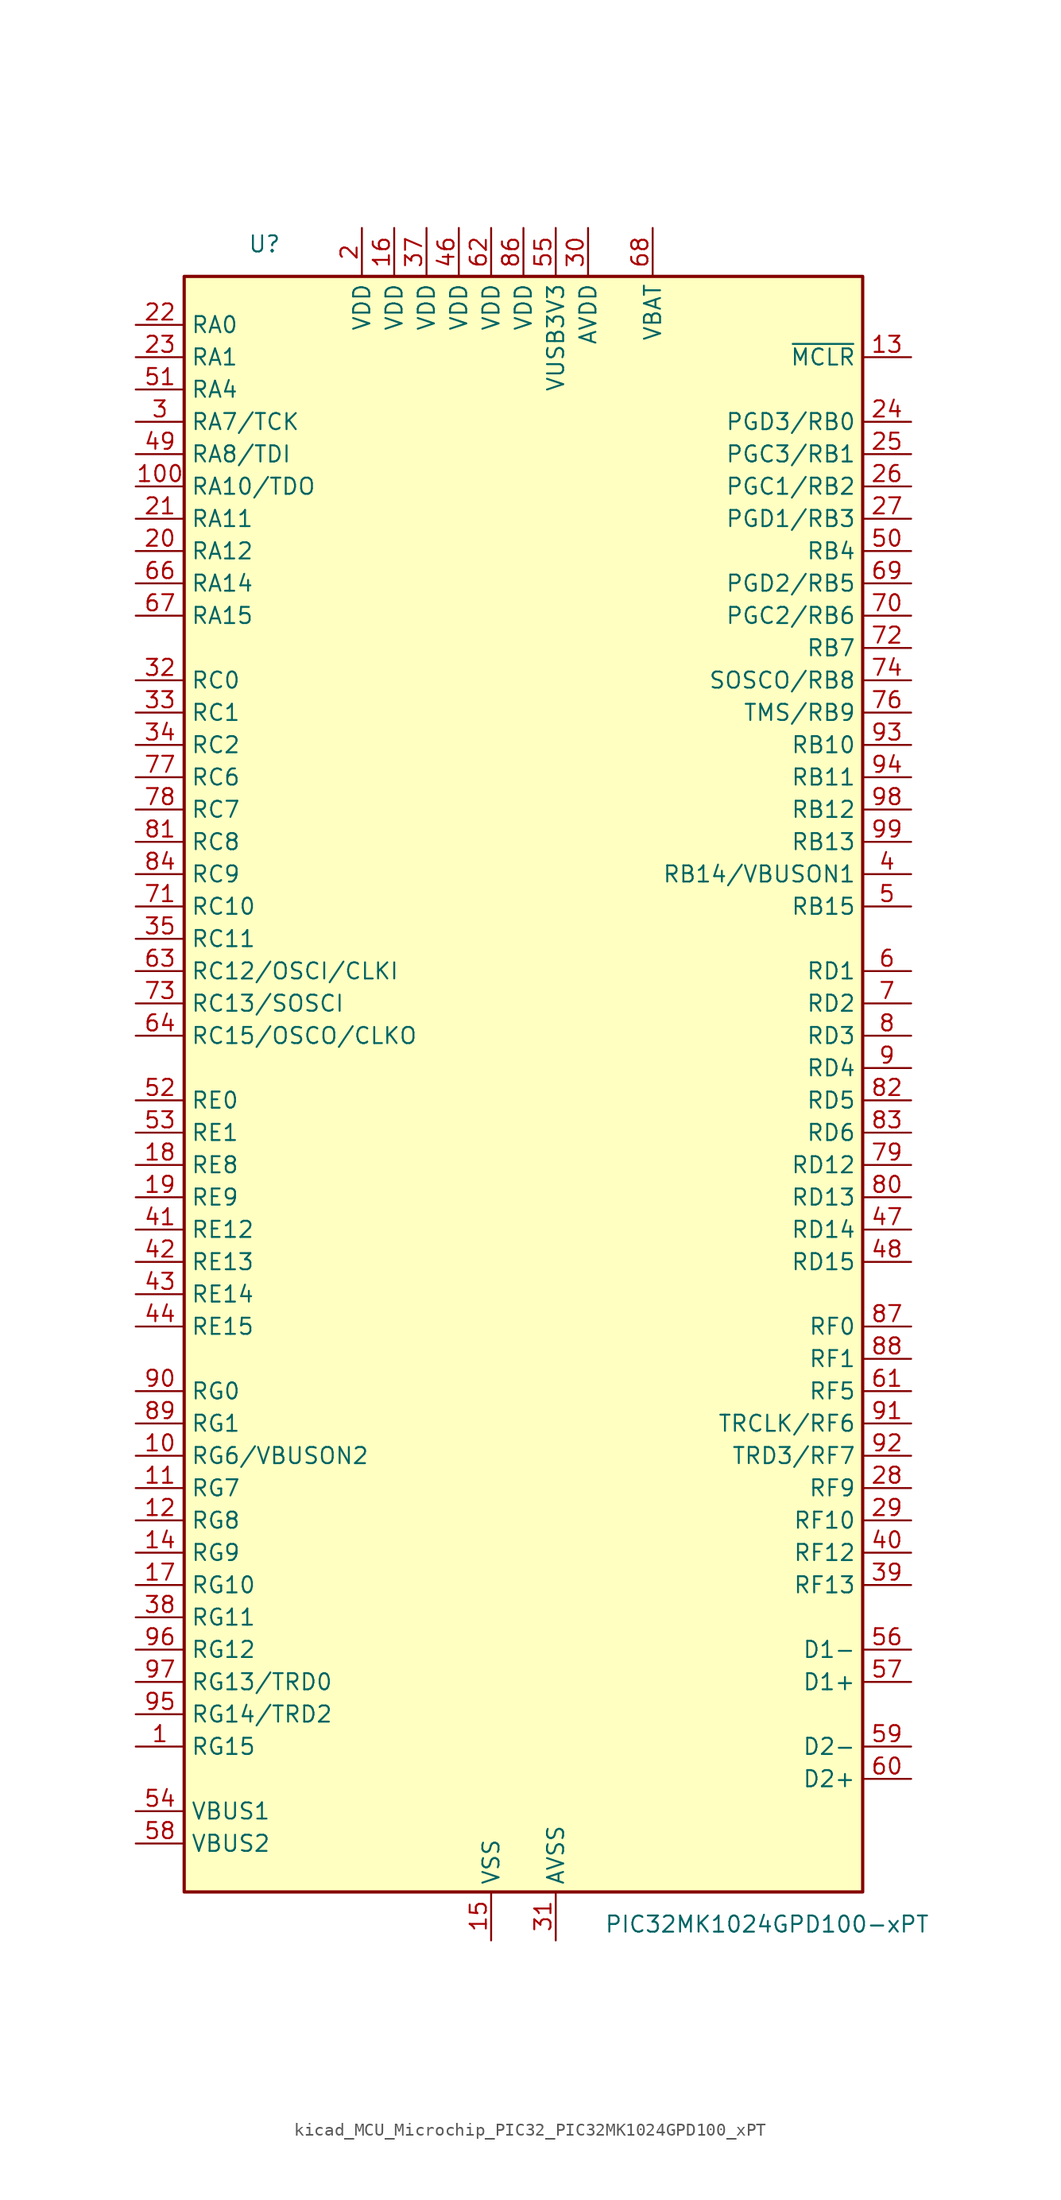
<source format=kicad_sym>
(kicad_symbol_lib
  (version 20220914)
  (generator kicad_symbol_editor)
  (symbol "kicad_MCU_Microchip_PIC32_PIC32MK1024GPD100_xPT"
    (property "Reference" "U"
      (at -19.05 64.77 0)
      (effects (font (size 1.27 1.27)) (justify right)))
    (property "Value" "PIC32MK1024GPD100-xPT"
      (at 6.35 -67.31 0)
      (effects (font (size 1.27 1.27)) (justify left)))
    (symbol "kicad_MCU_Microchip_PIC32_PIC32MK1024GPD100_xPT_0_1"
      (rectangle (start -26.67 62.23) (end 26.67 -64.77) (stroke (width 0.254) (type default)) (fill (type background))))
    (symbol "kicad_MCU_Microchip_PIC32_PIC32MK1024GPD100_xPT_1_1"
      (pin bidirectional line (at -30.48 -53.34 0) (length 3.81) (name "RG15" (effects (font (size 1.27 1.27)))) (number "1" (effects (font (size 1.27 1.27)))))
      (pin bidirectional line (at -30.48 -30.48 0) (length 3.81) (name "RG6/VBUSON2" (effects (font (size 1.27 1.27)))) (number "10" (effects (font (size 1.27 1.27)))))
      (pin bidirectional line (at -30.48 45.72 0) (length 3.81) (name "RA10/TDO" (effects (font (size 1.27 1.27)))) (number "100" (effects (font (size 1.27 1.27)))))
      (pin bidirectional line (at -30.48 -33.02 0) (length 3.81) (name "RG7" (effects (font (size 1.27 1.27)))) (number "11" (effects (font (size 1.27 1.27)))))
      (pin bidirectional line (at -30.48 -35.56 0) (length 3.81) (name "RG8" (effects (font (size 1.27 1.27)))) (number "12" (effects (font (size 1.27 1.27)))))
      (pin input line (at 30.48 55.88 180) (length 3.81) (name "~{MCLR}" (effects (font (size 1.27 1.27)))) (number "13" (effects (font (size 1.27 1.27)))))
      (pin bidirectional line (at -30.48 -38.1 0) (length 3.81) (name "RG9" (effects (font (size 1.27 1.27)))) (number "14" (effects (font (size 1.27 1.27)))))
      (pin power_in line (at -2.54 -68.58 90) (length 3.81) (name "VSS" (effects (font (size 1.27 1.27)))) (number "15" (effects (font (size 1.27 1.27)))))
      (pin power_in line (at -10.16 66.04 270) (length 3.81) (name "VDD" (effects (font (size 1.27 1.27)))) (number "16" (effects (font (size 1.27 1.27)))))
      (pin bidirectional line (at -30.48 -40.64 0) (length 3.81) (name "RG10" (effects (font (size 1.27 1.27)))) (number "17" (effects (font (size 1.27 1.27)))))
      (pin bidirectional line (at -30.48 -7.62 0) (length 3.81) (name "RE8" (effects (font (size 1.27 1.27)))) (number "18" (effects (font (size 1.27 1.27)))))
      (pin bidirectional line (at -30.48 -10.16 0) (length 3.81) (name "RE9" (effects (font (size 1.27 1.27)))) (number "19" (effects (font (size 1.27 1.27)))))
      (pin power_in line (at -12.7 66.04 270) (length 3.81) (name "VDD" (effects (font (size 1.27 1.27)))) (number "2" (effects (font (size 1.27 1.27)))))
      (pin bidirectional line (at -30.48 40.64 0) (length 3.81) (name "RA12" (effects (font (size 1.27 1.27)))) (number "20" (effects (font (size 1.27 1.27)))))
      (pin bidirectional line (at -30.48 43.18 0) (length 3.81) (name "RA11" (effects (font (size 1.27 1.27)))) (number "21" (effects (font (size 1.27 1.27)))))
      (pin bidirectional line (at -30.48 58.42 0) (length 3.81) (name "RA0" (effects (font (size 1.27 1.27)))) (number "22" (effects (font (size 1.27 1.27)))))
      (pin bidirectional line (at -30.48 55.88 0) (length 3.81) (name "RA1" (effects (font (size 1.27 1.27)))) (number "23" (effects (font (size 1.27 1.27)))))
      (pin bidirectional line (at 30.48 50.8 180) (length 3.81) (name "PGD3/RB0" (effects (font (size 1.27 1.27)))) (number "24" (effects (font (size 1.27 1.27)))))
      (pin bidirectional line (at 30.48 48.26 180) (length 3.81) (name "PGC3/RB1" (effects (font (size 1.27 1.27)))) (number "25" (effects (font (size 1.27 1.27)))))
      (pin bidirectional line (at 30.48 45.72 180) (length 3.81) (name "PGC1/RB2" (effects (font (size 1.27 1.27)))) (number "26" (effects (font (size 1.27 1.27)))))
      (pin bidirectional line (at 30.48 43.18 180) (length 3.81) (name "PGD1/RB3" (effects (font (size 1.27 1.27)))) (number "27" (effects (font (size 1.27 1.27)))))
      (pin bidirectional line (at 30.48 -33.02 180) (length 3.81) (name "RF9" (effects (font (size 1.27 1.27)))) (number "28" (effects (font (size 1.27 1.27)))))
      (pin bidirectional line (at 30.48 -35.56 180) (length 3.81) (name "RF10" (effects (font (size 1.27 1.27)))) (number "29" (effects (font (size 1.27 1.27)))))
      (pin bidirectional line (at -30.48 50.8 0) (length 3.81) (name "RA7/TCK" (effects (font (size 1.27 1.27)))) (number "3" (effects (font (size 1.27 1.27)))))
      (pin power_in line (at 5.08 66.04 270) (length 3.81) (name "AVDD" (effects (font (size 1.27 1.27)))) (number "30" (effects (font (size 1.27 1.27)))))
      (pin power_in line (at 2.54 -68.58 90) (length 3.81) (name "AVSS" (effects (font (size 1.27 1.27)))) (number "31" (effects (font (size 1.27 1.27)))))
      (pin bidirectional line (at -30.48 30.48 0) (length 3.81) (name "RC0" (effects (font (size 1.27 1.27)))) (number "32" (effects (font (size 1.27 1.27)))))
      (pin bidirectional line (at -30.48 27.94 0) (length 3.81) (name "RC1" (effects (font (size 1.27 1.27)))) (number "33" (effects (font (size 1.27 1.27)))))
      (pin bidirectional line (at -30.48 25.4 0) (length 3.81) (name "RC2" (effects (font (size 1.27 1.27)))) (number "34" (effects (font (size 1.27 1.27)))))
      (pin bidirectional line (at -30.48 10.16 0) (length 3.81) (name "RC11" (effects (font (size 1.27 1.27)))) (number "35" (effects (font (size 1.27 1.27)))))
      (pin passive line (at -2.54 -68.58 90) (length 3.81) hide (name "VSS" (effects (font (size 1.27 1.27)))) (number "36" (effects (font (size 1.27 1.27)))))
      (pin power_in line (at -7.62 66.04 270) (length 3.81) (name "VDD" (effects (font (size 1.27 1.27)))) (number "37" (effects (font (size 1.27 1.27)))))
      (pin bidirectional line (at -30.48 -43.18 0) (length 3.81) (name "RG11" (effects (font (size 1.27 1.27)))) (number "38" (effects (font (size 1.27 1.27)))))
      (pin bidirectional line (at 30.48 -40.64 180) (length 3.81) (name "RF13" (effects (font (size 1.27 1.27)))) (number "39" (effects (font (size 1.27 1.27)))))
      (pin bidirectional line (at 30.48 15.24 180) (length 3.81) (name "RB14/VBUSON1" (effects (font (size 1.27 1.27)))) (number "4" (effects (font (size 1.27 1.27)))))
      (pin bidirectional line (at 30.48 -38.1 180) (length 3.81) (name "RF12" (effects (font (size 1.27 1.27)))) (number "40" (effects (font (size 1.27 1.27)))))
      (pin bidirectional line (at -30.48 -12.7 0) (length 3.81) (name "RE12" (effects (font (size 1.27 1.27)))) (number "41" (effects (font (size 1.27 1.27)))))
      (pin bidirectional line (at -30.48 -15.24 0) (length 3.81) (name "RE13" (effects (font (size 1.27 1.27)))) (number "42" (effects (font (size 1.27 1.27)))))
      (pin bidirectional line (at -30.48 -17.78 0) (length 3.81) (name "RE14" (effects (font (size 1.27 1.27)))) (number "43" (effects (font (size 1.27 1.27)))))
      (pin bidirectional line (at -30.48 -20.32 0) (length 3.81) (name "RE15" (effects (font (size 1.27 1.27)))) (number "44" (effects (font (size 1.27 1.27)))))
      (pin passive line (at -2.54 -68.58 90) (length 3.81) hide (name "VSS" (effects (font (size 1.27 1.27)))) (number "45" (effects (font (size 1.27 1.27)))))
      (pin power_in line (at -5.08 66.04 270) (length 3.81) (name "VDD" (effects (font (size 1.27 1.27)))) (number "46" (effects (font (size 1.27 1.27)))))
      (pin bidirectional line (at 30.48 -12.7 180) (length 3.81) (name "RD14" (effects (font (size 1.27 1.27)))) (number "47" (effects (font (size 1.27 1.27)))))
      (pin bidirectional line (at 30.48 -15.24 180) (length 3.81) (name "RD15" (effects (font (size 1.27 1.27)))) (number "48" (effects (font (size 1.27 1.27)))))
      (pin bidirectional line (at -30.48 48.26 0) (length 3.81) (name "RA8/TDI" (effects (font (size 1.27 1.27)))) (number "49" (effects (font (size 1.27 1.27)))))
      (pin bidirectional line (at 30.48 12.7 180) (length 3.81) (name "RB15" (effects (font (size 1.27 1.27)))) (number "5" (effects (font (size 1.27 1.27)))))
      (pin bidirectional line (at 30.48 40.64 180) (length 3.81) (name "RB4" (effects (font (size 1.27 1.27)))) (number "50" (effects (font (size 1.27 1.27)))))
      (pin bidirectional line (at -30.48 53.34 0) (length 3.81) (name "RA4" (effects (font (size 1.27 1.27)))) (number "51" (effects (font (size 1.27 1.27)))))
      (pin bidirectional line (at -30.48 -2.54 0) (length 3.81) (name "RE0" (effects (font (size 1.27 1.27)))) (number "52" (effects (font (size 1.27 1.27)))))
      (pin bidirectional line (at -30.48 -5.08 0) (length 3.81) (name "RE1" (effects (font (size 1.27 1.27)))) (number "53" (effects (font (size 1.27 1.27)))))
      (pin input line (at -30.48 -58.42 0) (length 3.81) (name "VBUS1" (effects (font (size 1.27 1.27)))) (number "54" (effects (font (size 1.27 1.27)))))
      (pin power_in line (at 2.54 66.04 270) (length 3.81) (name "VUSB3V3" (effects (font (size 1.27 1.27)))) (number "55" (effects (font (size 1.27 1.27)))))
      (pin bidirectional line (at 30.48 -45.72 180) (length 3.81) (name "D1-" (effects (font (size 1.27 1.27)))) (number "56" (effects (font (size 1.27 1.27)))))
      (pin bidirectional line (at 30.48 -48.26 180) (length 3.81) (name "D1+" (effects (font (size 1.27 1.27)))) (number "57" (effects (font (size 1.27 1.27)))))
      (pin input line (at -30.48 -60.96 0) (length 3.81) (name "VBUS2" (effects (font (size 1.27 1.27)))) (number "58" (effects (font (size 1.27 1.27)))))
      (pin bidirectional line (at 30.48 -53.34 180) (length 3.81) (name "D2-" (effects (font (size 1.27 1.27)))) (number "59" (effects (font (size 1.27 1.27)))))
      (pin bidirectional line (at 30.48 7.62 180) (length 3.81) (name "RD1" (effects (font (size 1.27 1.27)))) (number "6" (effects (font (size 1.27 1.27)))))
      (pin bidirectional line (at 30.48 -55.88 180) (length 3.81) (name "D2+" (effects (font (size 1.27 1.27)))) (number "60" (effects (font (size 1.27 1.27)))))
      (pin bidirectional line (at 30.48 -25.4 180) (length 3.81) (name "RF5" (effects (font (size 1.27 1.27)))) (number "61" (effects (font (size 1.27 1.27)))))
      (pin power_in line (at -2.54 66.04 270) (length 3.81) (name "VDD" (effects (font (size 1.27 1.27)))) (number "62" (effects (font (size 1.27 1.27)))))
      (pin bidirectional line (at -30.48 7.62 0) (length 3.81) (name "RC12/OSCI/CLKI" (effects (font (size 1.27 1.27)))) (number "63" (effects (font (size 1.27 1.27)))))
      (pin bidirectional line (at -30.48 2.54 0) (length 3.81) (name "RC15/OSCO/CLKO" (effects (font (size 1.27 1.27)))) (number "64" (effects (font (size 1.27 1.27)))))
      (pin passive line (at -2.54 -68.58 90) (length 3.81) hide (name "VSS" (effects (font (size 1.27 1.27)))) (number "65" (effects (font (size 1.27 1.27)))))
      (pin bidirectional line (at -30.48 38.1 0) (length 3.81) (name "RA14" (effects (font (size 1.27 1.27)))) (number "66" (effects (font (size 1.27 1.27)))))
      (pin bidirectional line (at -30.48 35.56 0) (length 3.81) (name "RA15" (effects (font (size 1.27 1.27)))) (number "67" (effects (font (size 1.27 1.27)))))
      (pin power_in line (at 10.16 66.04 270) (length 3.81) (name "VBAT" (effects (font (size 1.27 1.27)))) (number "68" (effects (font (size 1.27 1.27)))))
      (pin bidirectional line (at 30.48 38.1 180) (length 3.81) (name "PGD2/RB5" (effects (font (size 1.27 1.27)))) (number "69" (effects (font (size 1.27 1.27)))))
      (pin bidirectional line (at 30.48 5.08 180) (length 3.81) (name "RD2" (effects (font (size 1.27 1.27)))) (number "7" (effects (font (size 1.27 1.27)))))
      (pin bidirectional line (at 30.48 35.56 180) (length 3.81) (name "PGC2/RB6" (effects (font (size 1.27 1.27)))) (number "70" (effects (font (size 1.27 1.27)))))
      (pin bidirectional line (at -30.48 12.7 0) (length 3.81) (name "RC10" (effects (font (size 1.27 1.27)))) (number "71" (effects (font (size 1.27 1.27)))))
      (pin bidirectional line (at 30.48 33.02 180) (length 3.81) (name "RB7" (effects (font (size 1.27 1.27)))) (number "72" (effects (font (size 1.27 1.27)))))
      (pin bidirectional line (at -30.48 5.08 0) (length 3.81) (name "RC13/SOSCI" (effects (font (size 1.27 1.27)))) (number "73" (effects (font (size 1.27 1.27)))))
      (pin bidirectional line (at 30.48 30.48 180) (length 3.81) (name "SOSCO/RB8" (effects (font (size 1.27 1.27)))) (number "74" (effects (font (size 1.27 1.27)))))
      (pin passive line (at -2.54 -68.58 90) (length 3.81) hide (name "VSS" (effects (font (size 1.27 1.27)))) (number "75" (effects (font (size 1.27 1.27)))))
      (pin bidirectional line (at 30.48 27.94 180) (length 3.81) (name "TMS/RB9" (effects (font (size 1.27 1.27)))) (number "76" (effects (font (size 1.27 1.27)))))
      (pin bidirectional line (at -30.48 22.86 0) (length 3.81) (name "RC6" (effects (font (size 1.27 1.27)))) (number "77" (effects (font (size 1.27 1.27)))))
      (pin bidirectional line (at -30.48 20.32 0) (length 3.81) (name "RC7" (effects (font (size 1.27 1.27)))) (number "78" (effects (font (size 1.27 1.27)))))
      (pin bidirectional line (at 30.48 -7.62 180) (length 3.81) (name "RD12" (effects (font (size 1.27 1.27)))) (number "79" (effects (font (size 1.27 1.27)))))
      (pin bidirectional line (at 30.48 2.54 180) (length 3.81) (name "RD3" (effects (font (size 1.27 1.27)))) (number "8" (effects (font (size 1.27 1.27)))))
      (pin bidirectional line (at 30.48 -10.16 180) (length 3.81) (name "RD13" (effects (font (size 1.27 1.27)))) (number "80" (effects (font (size 1.27 1.27)))))
      (pin bidirectional line (at -30.48 17.78 0) (length 3.81) (name "RC8" (effects (font (size 1.27 1.27)))) (number "81" (effects (font (size 1.27 1.27)))))
      (pin bidirectional line (at 30.48 -2.54 180) (length 3.81) (name "RD5" (effects (font (size 1.27 1.27)))) (number "82" (effects (font (size 1.27 1.27)))))
      (pin bidirectional line (at 30.48 -5.08 180) (length 3.81) (name "RD6" (effects (font (size 1.27 1.27)))) (number "83" (effects (font (size 1.27 1.27)))))
      (pin bidirectional line (at -30.48 15.24 0) (length 3.81) (name "RC9" (effects (font (size 1.27 1.27)))) (number "84" (effects (font (size 1.27 1.27)))))
      (pin passive line (at -2.54 -68.58 90) (length 3.81) hide (name "VSS" (effects (font (size 1.27 1.27)))) (number "85" (effects (font (size 1.27 1.27)))))
      (pin power_in line (at 0 66.04 270) (length 3.81) (name "VDD" (effects (font (size 1.27 1.27)))) (number "86" (effects (font (size 1.27 1.27)))))
      (pin bidirectional line (at 30.48 -20.32 180) (length 3.81) (name "RF0" (effects (font (size 1.27 1.27)))) (number "87" (effects (font (size 1.27 1.27)))))
      (pin bidirectional line (at 30.48 -22.86 180) (length 3.81) (name "RF1" (effects (font (size 1.27 1.27)))) (number "88" (effects (font (size 1.27 1.27)))))
      (pin bidirectional line (at -30.48 -27.94 0) (length 3.81) (name "RG1" (effects (font (size 1.27 1.27)))) (number "89" (effects (font (size 1.27 1.27)))))
      (pin bidirectional line (at 30.48 0 180) (length 3.81) (name "RD4" (effects (font (size 1.27 1.27)))) (number "9" (effects (font (size 1.27 1.27)))))
      (pin bidirectional line (at -30.48 -25.4 0) (length 3.81) (name "RG0" (effects (font (size 1.27 1.27)))) (number "90" (effects (font (size 1.27 1.27)))))
      (pin bidirectional line (at 30.48 -27.94 180) (length 3.81) (name "TRCLK/RF6" (effects (font (size 1.27 1.27)))) (number "91" (effects (font (size 1.27 1.27)))))
      (pin bidirectional line (at 30.48 -30.48 180) (length 3.81) (name "TRD3/RF7" (effects (font (size 1.27 1.27)))) (number "92" (effects (font (size 1.27 1.27)))))
      (pin bidirectional line (at 30.48 25.4 180) (length 3.81) (name "RB10" (effects (font (size 1.27 1.27)))) (number "93" (effects (font (size 1.27 1.27)))))
      (pin bidirectional line (at 30.48 22.86 180) (length 3.81) (name "RB11" (effects (font (size 1.27 1.27)))) (number "94" (effects (font (size 1.27 1.27)))))
      (pin bidirectional line (at -30.48 -50.8 0) (length 3.81) (name "RG14/TRD2" (effects (font (size 1.27 1.27)))) (number "95" (effects (font (size 1.27 1.27)))))
      (pin bidirectional line (at -30.48 -45.72 0) (length 3.81) (name "RG12" (effects (font (size 1.27 1.27)))) (number "96" (effects (font (size 1.27 1.27)))))
      (pin bidirectional line (at -30.48 -48.26 0) (length 3.81) (name "RG13/TRD0" (effects (font (size 1.27 1.27)))) (number "97" (effects (font (size 1.27 1.27)))))
      (pin bidirectional line (at 30.48 20.32 180) (length 3.81) (name "RB12" (effects (font (size 1.27 1.27)))) (number "98" (effects (font (size 1.27 1.27)))))
      (pin bidirectional line (at 30.48 17.78 180) (length 3.81) (name "RB13" (effects (font (size 1.27 1.27)))) (number "99" (effects (font (size 1.27 1.27))))))))
</source>
